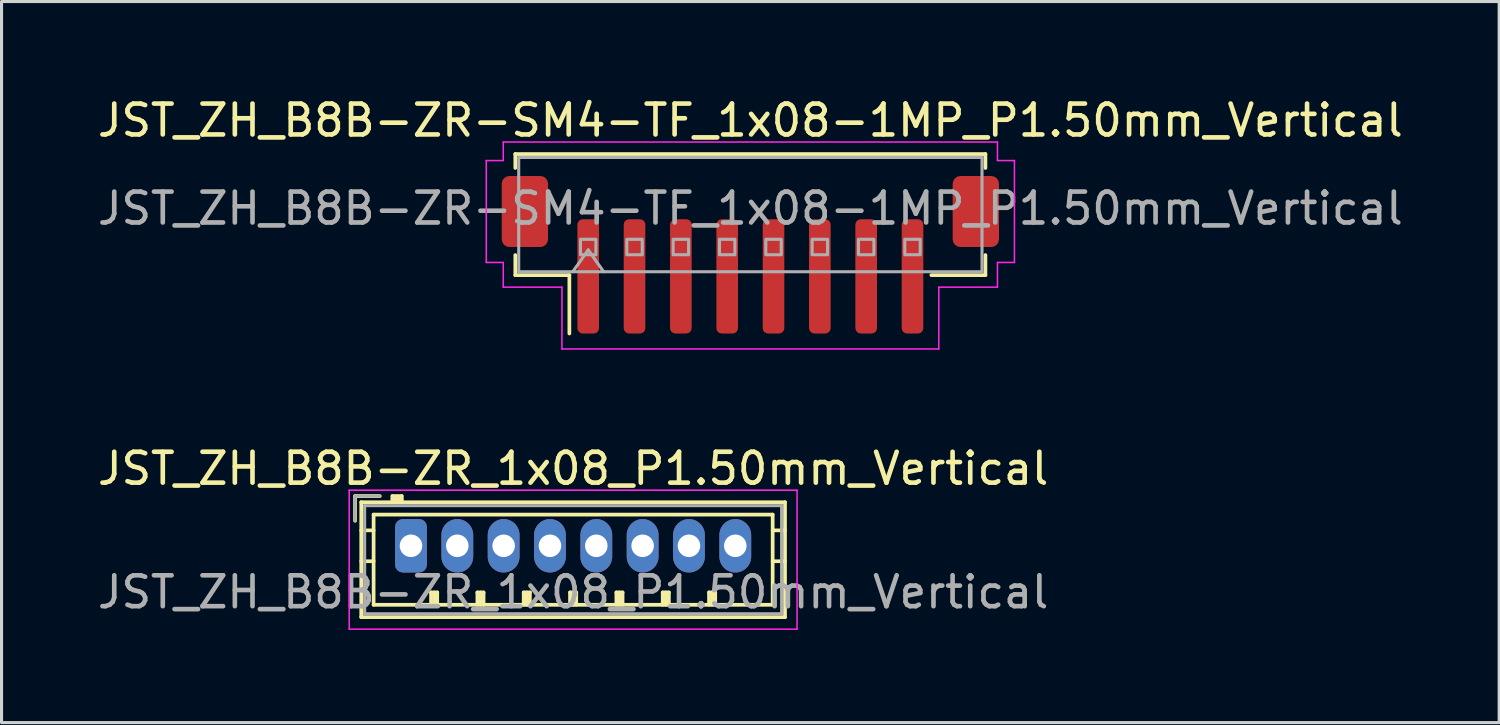
<source format=kicad_pcb>
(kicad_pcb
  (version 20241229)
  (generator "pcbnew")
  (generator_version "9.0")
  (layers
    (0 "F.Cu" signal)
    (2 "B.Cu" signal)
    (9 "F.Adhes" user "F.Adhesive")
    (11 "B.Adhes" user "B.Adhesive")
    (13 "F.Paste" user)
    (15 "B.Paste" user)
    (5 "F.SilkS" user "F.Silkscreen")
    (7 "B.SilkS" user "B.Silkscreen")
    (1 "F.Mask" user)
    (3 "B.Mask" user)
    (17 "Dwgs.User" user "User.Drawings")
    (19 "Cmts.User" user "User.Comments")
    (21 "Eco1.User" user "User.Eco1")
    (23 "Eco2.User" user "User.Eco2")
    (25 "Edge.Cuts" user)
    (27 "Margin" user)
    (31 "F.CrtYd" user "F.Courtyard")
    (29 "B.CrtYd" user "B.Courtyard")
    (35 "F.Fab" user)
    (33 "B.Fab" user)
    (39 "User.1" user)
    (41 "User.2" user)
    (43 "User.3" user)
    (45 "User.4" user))
  (footprint "JST_ZH_B8B-ZR_1x08_P1.50mm_Vertical"
    (layer "F.Cu")
    (at 10.256 14.621)
    (property "Reference" "JST_ZH_B8B-ZR_1x08_P1.50mm_Vertical" (at 5.25 -2.5 0) (layer "F.SilkS") (effects (font (size 1 1) (thickness 0.15))))
    (attr through_hole)
    (fp_line (start -1.81 -1.61) (end -1.81 -0.81) (stroke (width 0.12) (type solid)) (layer "F.SilkS"))
    (fp_line (start -1.61 -1.41) (end -1.61 2.31) (stroke (width 0.12) (type solid)) (layer "F.SilkS"))
    (fp_line (start -1.61 -0.5) (end -1.21 -0.5) (stroke (width 0.12) (type solid)) (layer "F.SilkS"))
    (fp_line (start -1.61 0.5) (end -1.21 0.5) (stroke (width 0.12) (type solid)) (layer "F.SilkS"))
    (fp_line (start -1.61 2.31) (end 12.11 2.31) (stroke (width 0.12) (type solid)) (layer "F.SilkS"))
    (fp_line (start -1.21 -1.01) (end -1.21 1.91) (stroke (width 0.12) (type solid)) (layer "F.SilkS"))
    (fp_line (start -1.21 1.91) (end 11.71 1.91) (stroke (width 0.12) (type solid)) (layer "F.SilkS"))
    (fp_line (start -1.01 -1.61) (end -1.81 -1.61) (stroke (width 0.12) (type solid)) (layer "F.SilkS"))
    (fp_line (start -0.6 -1.61) (end -0.6 -1.41) (stroke (width 0.12) (type solid)) (layer "F.SilkS"))
    (fp_line (start -0.3 -1.61) (end -0.6 -1.61) (stroke (width 0.12) (type solid)) (layer "F.SilkS"))
    (fp_line (start -0.3 -1.51) (end -0.6 -1.51) (stroke (width 0.12) (type solid)) (layer "F.SilkS"))
    (fp_line (start -0.3 -1.41) (end -0.3 -1.61) (stroke (width 0.12) (type solid)) (layer "F.SilkS"))
    (fp_line (start 0.65 1.51) (end 0.85 1.51) (stroke (width 0.12) (type solid)) (layer "F.SilkS"))
    (fp_line (start 0.65 1.91) (end 0.65 1.51) (stroke (width 0.12) (type solid)) (layer "F.SilkS"))
    (fp_line (start 0.75 1.91) (end 0.75 1.51) (stroke (width 0.12) (type solid)) (layer "F.SilkS"))
    (fp_line (start 0.85 1.51) (end 0.85 1.91) (stroke (width 0.12) (type solid)) (layer "F.SilkS"))
    (fp_line (start 2.15 1.51) (end 2.35 1.51) (stroke (width 0.12) (type solid)) (layer "F.SilkS"))
    (fp_line (start 2.15 1.91) (end 2.15 1.51) (stroke (width 0.12) (type solid)) (layer "F.SilkS"))
    (fp_line (start 2.25 1.91) (end 2.25 1.51) (stroke (width 0.12) (type solid)) (layer "F.SilkS"))
    (fp_line (start 2.35 1.51) (end 2.35 1.91) (stroke (width 0.12) (type solid)) (layer "F.SilkS"))
    (fp_line (start 3.65 1.51) (end 3.85 1.51) (stroke (width 0.12) (type solid)) (layer "F.SilkS"))
    (fp_line (start 3.65 1.91) (end 3.65 1.51) (stroke (width 0.12) (type solid)) (layer "F.SilkS"))
    (fp_line (start 3.75 1.91) (end 3.75 1.51) (stroke (width 0.12) (type solid)) (layer "F.SilkS"))
    (fp_line (start 3.85 1.51) (end 3.85 1.91) (stroke (width 0.12) (type solid)) (layer "F.SilkS"))
    (fp_line (start 5.15 1.51) (end 5.35 1.51) (stroke (width 0.12) (type solid)) (layer "F.SilkS"))
    (fp_line (start 5.15 1.91) (end 5.15 1.51) (stroke (width 0.12) (type solid)) (layer "F.SilkS"))
    (fp_line (start 5.25 1.91) (end 5.25 1.51) (stroke (width 0.12) (type solid)) (layer "F.SilkS"))
    (fp_line (start 5.35 1.51) (end 5.35 1.91) (stroke (width 0.12) (type solid)) (layer "F.SilkS"))
    (fp_line (start 6.65 1.51) (end 6.85 1.51) (stroke (width 0.12) (type solid)) (layer "F.SilkS"))
    (fp_line (start 6.65 1.91) (end 6.65 1.51) (stroke (width 0.12) (type solid)) (layer "F.SilkS"))
    (fp_line (start 6.75 1.91) (end 6.75 1.51) (stroke (width 0.12) (type solid)) (layer "F.SilkS"))
    (fp_line (start 6.85 1.51) (end 6.85 1.91) (stroke (width 0.12) (type solid)) (layer "F.SilkS"))
    (fp_line (start 8.15 1.51) (end 8.35 1.51) (stroke (width 0.12) (type solid)) (layer "F.SilkS"))
    (fp_line (start 8.15 1.91) (end 8.15 1.51) (stroke (width 0.12) (type solid)) (layer "F.SilkS"))
    (fp_line (start 8.25 1.91) (end 8.25 1.51) (stroke (width 0.12) (type solid)) (layer "F.SilkS"))
    (fp_line (start 8.35 1.51) (end 8.35 1.91) (stroke (width 0.12) (type solid)) (layer "F.SilkS"))
    (fp_line (start 9.65 1.51) (end 9.85 1.51) (stroke (width 0.12) (type solid)) (layer "F.SilkS"))
    (fp_line (start 9.65 1.91) (end 9.65 1.51) (stroke (width 0.12) (type solid)) (layer "F.SilkS"))
    (fp_line (start 9.75 1.91) (end 9.75 1.51) (stroke (width 0.12) (type solid)) (layer "F.SilkS"))
    (fp_line (start 9.85 1.51) (end 9.85 1.91) (stroke (width 0.12) (type solid)) (layer "F.SilkS"))
    (fp_line (start 11.71 -1.01) (end -1.21 -1.01) (stroke (width 0.12) (type solid)) (layer "F.SilkS"))
    (fp_line (start 11.71 1.91) (end 11.71 -1.01) (stroke (width 0.12) (type solid)) (layer "F.SilkS"))
    (fp_line (start 12.11 -1.41) (end -1.61 -1.41) (stroke (width 0.12) (type solid)) (layer "F.SilkS"))
    (fp_line (start 12.11 -0.5) (end 11.71 -0.5) (stroke (width 0.12) (type solid)) (layer "F.SilkS"))
    (fp_line (start 12.11 0.5) (end 11.71 0.5) (stroke (width 0.12) (type solid)) (layer "F.SilkS"))
    (fp_line (start 12.11 2.31) (end 12.11 -1.41) (stroke (width 0.12) (type solid)) (layer "F.SilkS"))
    (fp_line (start -2 -1.8) (end -2 2.7) (stroke (width 0.05) (type solid)) (layer "F.CrtYd"))
    (fp_line (start -2 2.7) (end 12.5 2.7) (stroke (width 0.05) (type solid)) (layer "F.CrtYd"))
    (fp_line (start 12.5 -1.8) (end -2 -1.8) (stroke (width 0.05) (type solid)) (layer "F.CrtYd"))
    (fp_line (start 12.5 2.7) (end 12.5 -1.8) (stroke (width 0.05) (type solid)) (layer "F.CrtYd"))
    (fp_line (start -1.81 -1.61) (end -1.81 -0.81) (stroke (width 0.1) (type solid)) (layer "F.Fab"))
    (fp_line (start -1.5 -1.3) (end -1.5 2.2) (stroke (width 0.1) (type solid)) (layer "F.Fab"))
    (fp_line (start -1.5 2.2) (end 12 2.2) (stroke (width 0.1) (type solid)) (layer "F.Fab"))
    (fp_line (start -1.01 -1.61) (end -1.81 -1.61) (stroke (width 0.1) (type solid)) (layer "F.Fab"))
    (fp_line (start 12 -1.3) (end -1.5 -1.3) (stroke (width 0.1) (type solid)) (layer "F.Fab"))
    (fp_line (start 12 2.2) (end 12 -1.3) (stroke (width 0.1) (type solid)) (layer "F.Fab"))
    (fp_text user "${REFERENCE}" (at 5.25 1.5 0) (layer "F.Fab") (effects (font (size 1 1) (thickness 0.15))))
    (pad "1" thru_hole roundrect (at 0 0) (size 1.03 1.73) (drill 0.73) (layers "*.Cu" "*.Mask") (roundrect_rratio 0.243))
    (pad "2" thru_hole oval (at 1.5 0) (size 1.03 1.73) (drill 0.73) (layers "*.Cu" "*.Mask"))
    (pad "3" thru_hole oval (at 3 0) (size 1.03 1.73) (drill 0.73) (layers "*.Cu" "*.Mask"))
    (pad "4" thru_hole oval (at 4.5 0) (size 1.03 1.73) (drill 0.73) (layers "*.Cu" "*.Mask"))
    (pad "5" thru_hole oval (at 6 0) (size 1.03 1.73) (drill 0.73) (layers "*.Cu" "*.Mask"))
    (pad "6" thru_hole oval (at 7.5 0) (size 1.03 1.73) (drill 0.73) (layers "*.Cu" "*.Mask"))
    (pad "7" thru_hole oval (at 9 0) (size 1.03 1.73) (drill 0.73) (layers "*.Cu" "*.Mask"))
    (pad "8" thru_hole oval (at 10.5 0) (size 1.03 1.73) (drill 0.73) (layers "*.Cu" "*.Mask")))
  (footprint "JST_ZH_B8B-ZR-SM4-TF_1x08-1MP_P1.50mm_Vertical"
    (layer "F.Cu")
    (at 21.244 5.198)
    (property "Reference" "JST_ZH_B8B-ZR-SM4-TF_1x08-1MP_P1.50mm_Vertical" (at 0 -4.35 0) (layer "F.SilkS") (effects (font (size 1 1) (thickness 0.15))))
    (attr smd)
    (fp_line (start -7.61 -3.26) (end 7.61 -3.26) (stroke (width 0.12) (type solid)) (layer "F.SilkS"))
    (fp_line (start -7.61 -2.81) (end -7.61 -3.26) (stroke (width 0.12) (type solid)) (layer "F.SilkS"))
    (fp_line (start -7.61 0.01) (end -7.61 0.66) (stroke (width 0.12) (type solid)) (layer "F.SilkS"))
    (fp_line (start -7.61 0.66) (end -5.86 0.66) (stroke (width 0.12) (type solid)) (layer "F.SilkS"))
    (fp_line (start -5.86 0.66) (end -5.86 2.55) (stroke (width 0.12) (type solid)) (layer "F.SilkS"))
    (fp_line (start 7.61 -3.26) (end 7.61 -2.81) (stroke (width 0.12) (type solid)) (layer "F.SilkS"))
    (fp_line (start 7.61 0.01) (end 7.61 0.66) (stroke (width 0.12) (type solid)) (layer "F.SilkS"))
    (fp_line (start 7.61 0.66) (end 5.86 0.66) (stroke (width 0.12) (type solid)) (layer "F.SilkS"))
    (fp_line (start -8.55 -3.05) (end -8 -3.05) (stroke (width 0.05) (type solid)) (layer "F.CrtYd"))
    (fp_line (start -8.55 0.25) (end -8.55 -3.05) (stroke (width 0.05) (type solid)) (layer "F.CrtYd"))
    (fp_line (start -8 -3.65) (end 8 -3.65) (stroke (width 0.05) (type solid)) (layer "F.CrtYd"))
    (fp_line (start -8 -3.05) (end -8 -3.65) (stroke (width 0.05) (type solid)) (layer "F.CrtYd"))
    (fp_line (start -8 0.25) (end -8.55 0.25) (stroke (width 0.05) (type solid)) (layer "F.CrtYd"))
    (fp_line (start -8 1.05) (end -8 0.25) (stroke (width 0.05) (type solid)) (layer "F.CrtYd"))
    (fp_line (start -6.1 1.05) (end -8 1.05) (stroke (width 0.05) (type solid)) (layer "F.CrtYd"))
    (fp_line (start -6.1 3.05) (end -6.1 1.05) (stroke (width 0.05) (type solid)) (layer "F.CrtYd"))
    (fp_line (start 6.1 1.05) (end 6.1 3.05) (stroke (width 0.05) (type solid)) (layer "F.CrtYd"))
    (fp_line (start 6.1 3.05) (end -6.1 3.05) (stroke (width 0.05) (type solid)) (layer "F.CrtYd"))
    (fp_line (start 8 -3.65) (end 8 -3.05) (stroke (width 0.05) (type solid)) (layer "F.CrtYd"))
    (fp_line (start 8 -3.05) (end 8.55 -3.05) (stroke (width 0.05) (type solid)) (layer "F.CrtYd"))
    (fp_line (start 8 0.25) (end 8 1.05) (stroke (width 0.05) (type solid)) (layer "F.CrtYd"))
    (fp_line (start 8 1.05) (end 6.1 1.05) (stroke (width 0.05) (type solid)) (layer "F.CrtYd"))
    (fp_line (start 8.55 -3.05) (end 8.55 0.25) (stroke (width 0.05) (type solid)) (layer "F.CrtYd"))
    (fp_line (start 8.55 0.25) (end 8 0.25) (stroke (width 0.05) (type solid)) (layer "F.CrtYd"))
    (fp_line (start -7.5 -3.15) (end 7.5 -3.15) (stroke (width 0.1) (type solid)) (layer "F.Fab"))
    (fp_line (start -7.5 0.55) (end -7.5 -3.15) (stroke (width 0.1) (type solid)) (layer "F.Fab"))
    (fp_line (start -7.5 0.55) (end 7.5 0.55) (stroke (width 0.1) (type solid)) (layer "F.Fab"))
    (fp_line (start -5.75 0.55) (end -5.25 -0.157) (stroke (width 0.1) (type solid)) (layer "F.Fab"))
    (fp_line (start -5.25 -0.157) (end -4.75 0.55) (stroke (width 0.1) (type solid)) (layer "F.Fab"))
    (fp_line (start 7.5 0.55) (end 7.5 -3.15) (stroke (width 0.1) (type solid)) (layer "F.Fab"))
    (fp_rect (start -5.5 -0.5) (end -5 0) (stroke (width 0.1) (type solid)) (fill no) (layer "F.Fab"))
    (fp_rect (start -4 -0.5) (end -3.5 0) (stroke (width 0.1) (type solid)) (fill no) (layer "F.Fab"))
    (fp_rect (start -2.5 -0.5) (end -2 0) (stroke (width 0.1) (type solid)) (fill no) (layer "F.Fab"))
    (fp_rect (start -1 -0.5) (end -0.5 0) (stroke (width 0.1) (type solid)) (fill no) (layer "F.Fab"))
    (fp_rect (start 0.5 -0.5) (end 1 0) (stroke (width 0.1) (type solid)) (fill no) (layer "F.Fab"))
    (fp_rect (start 2 -0.5) (end 2.5 0) (stroke (width 0.1) (type solid)) (fill no) (layer "F.Fab"))
    (fp_rect (start 3.5 -0.5) (end 4 0) (stroke (width 0.1) (type solid)) (fill no) (layer "F.Fab"))
    (fp_rect (start 5 -0.5) (end 5.5 0) (stroke (width 0.1) (type solid)) (fill no) (layer "F.Fab"))
    (fp_text user "${REFERENCE}" (at 0 -1.5 0) (layer "F.Fab") (effects (font (size 1 1) (thickness 0.15))))
    (pad "1" smd roundrect (at -5.25 0.7) (size 0.7 3.7) (layers "F.Cu" "F.Mask" "F.Paste") (roundrect_rratio 0.25))
    (pad "2" smd roundrect (at -3.75 0.7) (size 0.7 3.7) (layers "F.Cu" "F.Mask" "F.Paste") (roundrect_rratio 0.25))
    (pad "3" smd roundrect (at -2.25 0.7) (size 0.7 3.7) (layers "F.Cu" "F.Mask" "F.Paste") (roundrect_rratio 0.25))
    (pad "4" smd roundrect (at -0.75 0.7) (size 0.7 3.7) (layers "F.Cu" "F.Mask" "F.Paste") (roundrect_rratio 0.25))
    (pad "5" smd roundrect (at 0.75 0.7) (size 0.7 3.7) (layers "F.Cu" "F.Mask" "F.Paste") (roundrect_rratio 0.25))
    (pad "6" smd roundrect (at 2.25 0.7) (size 0.7 3.7) (layers "F.Cu" "F.Mask" "F.Paste") (roundrect_rratio 0.25))
    (pad "7" smd roundrect (at 3.75 0.7) (size 0.7 3.7) (layers "F.Cu" "F.Mask" "F.Paste") (roundrect_rratio 0.25))
    (pad "8" smd roundrect (at 5.25 0.7) (size 0.7 3.7) (layers "F.Cu" "F.Mask" "F.Paste") (roundrect_rratio 0.25))
    (pad "MP" smd roundrect (at -7.3 -1.4) (size 1.5 2.3) (layers "F.Cu" "F.Mask" "F.Paste") (roundrect_rratio 0.167))
    (pad "MP" smd roundrect (at 7.3 -1.4) (size 1.5 2.3) (layers "F.Cu" "F.Mask" "F.Paste") (roundrect_rratio 0.167)))
  (gr_rect
    (start -3 -3)
    (end 45.488 20.346)
    (stroke (width 0.1) (type default))
    (fill no)
    (layer "Edge.Cuts")))
</source>
